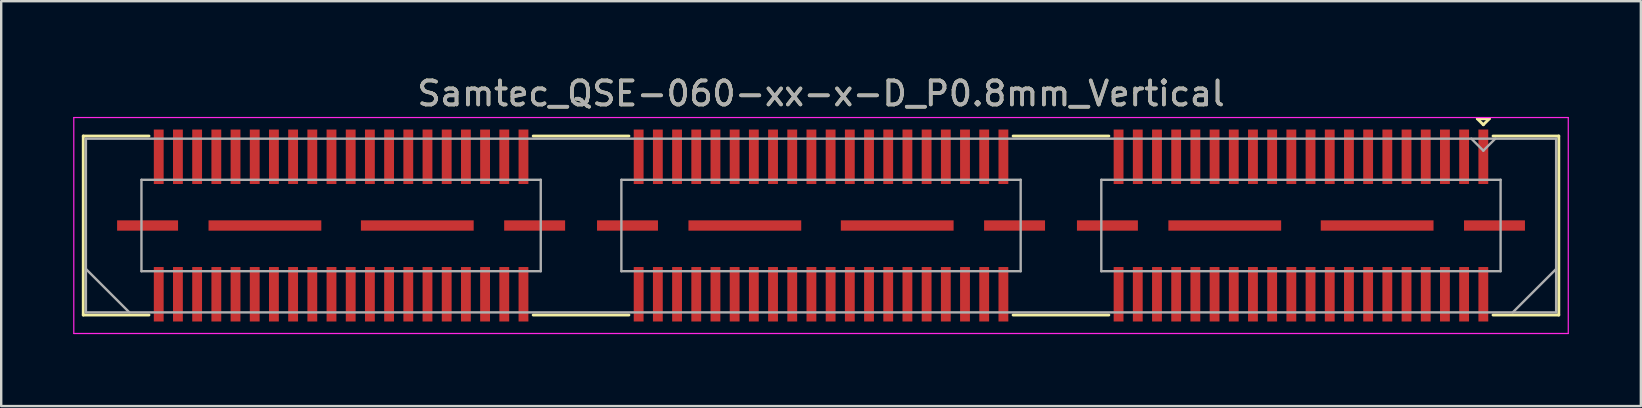
<source format=kicad_pcb>
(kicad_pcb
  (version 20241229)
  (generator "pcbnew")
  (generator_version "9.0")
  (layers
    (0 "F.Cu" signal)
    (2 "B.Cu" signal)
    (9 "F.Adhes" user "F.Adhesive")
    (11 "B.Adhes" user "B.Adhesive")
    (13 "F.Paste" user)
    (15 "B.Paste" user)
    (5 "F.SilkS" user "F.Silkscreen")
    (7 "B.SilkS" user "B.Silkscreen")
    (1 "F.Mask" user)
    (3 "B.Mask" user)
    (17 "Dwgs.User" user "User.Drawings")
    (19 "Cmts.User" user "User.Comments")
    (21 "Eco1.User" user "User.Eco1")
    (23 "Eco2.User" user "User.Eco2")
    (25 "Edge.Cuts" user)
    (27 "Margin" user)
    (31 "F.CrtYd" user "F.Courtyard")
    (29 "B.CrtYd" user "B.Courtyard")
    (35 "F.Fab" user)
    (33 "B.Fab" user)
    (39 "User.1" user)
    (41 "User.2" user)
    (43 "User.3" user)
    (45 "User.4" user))
  (footprint "Samtec_QSE-060-xx-x-D_P0.8mm_Vertical"
    (layer "F.Cu")
    (at 31.165 6.348)
    (property "Reference" "Samtec_QSE-060-xx-x-D_P0.8mm_Vertical" (at 0 -5.5 0) (layer "F.SilkS") (effects (font (size 1 1) (thickness 0.15))))
    (attr smd)
    (fp_line (start -30.745 -3.73) (end -28.005 -3.73) (stroke (width 0.12) (type solid)) (layer "F.SilkS"))
    (fp_line (start -30.745 3.73) (end -30.745 -3.73) (stroke (width 0.12) (type solid)) (layer "F.SilkS"))
    (fp_line (start -28.005 3.73) (end -30.745 3.73) (stroke (width 0.12) (type solid)) (layer "F.SilkS"))
    (fp_line (start -8.005 -3.73) (end -11.995 -3.73) (stroke (width 0.12) (type solid)) (layer "F.SilkS"))
    (fp_line (start -8.005 3.73) (end -11.995 3.73) (stroke (width 0.12) (type solid)) (layer "F.SilkS"))
    (fp_line (start 11.995 -3.73) (end 8.005 -3.73) (stroke (width 0.12) (type solid)) (layer "F.SilkS"))
    (fp_line (start 11.995 3.73) (end 8.005 3.73) (stroke (width 0.12) (type solid)) (layer "F.SilkS"))
    (fp_line (start 27.35 -4.45) (end 27.85 -4.45) (stroke (width 0.12) (type solid)) (layer "F.SilkS"))
    (fp_line (start 27.6 -4.2) (end 27.35 -4.45) (stroke (width 0.12) (type solid)) (layer "F.SilkS"))
    (fp_line (start 27.85 -4.45) (end 27.6 -4.2) (stroke (width 0.12) (type solid)) (layer "F.SilkS"))
    (fp_line (start 28.005 3.73) (end 30.745 3.73) (stroke (width 0.12) (type solid)) (layer "F.SilkS"))
    (fp_line (start 30.745 -3.73) (end 28.005 -3.73) (stroke (width 0.12) (type solid)) (layer "F.SilkS"))
    (fp_line (start 30.745 3.73) (end 30.745 -3.73) (stroke (width 0.12) (type solid)) (layer "F.SilkS"))
    (fp_line (start -31.14 -4.5) (end -31.14 4.5) (stroke (width 0.05) (type solid)) (layer "F.CrtYd"))
    (fp_line (start -31.14 4.5) (end 31.14 4.5) (stroke (width 0.05) (type solid)) (layer "F.CrtYd"))
    (fp_line (start 31.14 -4.5) (end -31.14 -4.5) (stroke (width 0.05) (type solid)) (layer "F.CrtYd"))
    (fp_line (start 31.14 4.5) (end 31.14 -4.5) (stroke (width 0.05) (type solid)) (layer "F.CrtYd"))
    (fp_line (start -30.635 -3.62) (end -30.635 3.62) (stroke (width 0.1) (type solid)) (layer "F.Fab"))
    (fp_line (start -30.635 1.81) (end -28.825 3.62) (stroke (width 0.1) (type solid)) (layer "F.Fab"))
    (fp_line (start -30.635 3.62) (end 30.635 3.62) (stroke (width 0.1) (type solid)) (layer "F.Fab"))
    (fp_line (start -28.32 -1.905) (end -28.32 1.905) (stroke (width 0.1) (type solid)) (layer "F.Fab"))
    (fp_line (start -28.32 1.905) (end -11.68 1.905) (stroke (width 0.1) (type solid)) (layer "F.Fab"))
    (fp_line (start -11.68 -1.905) (end -28.32 -1.905) (stroke (width 0.1) (type solid)) (layer "F.Fab"))
    (fp_line (start -11.68 1.905) (end -11.68 -1.905) (stroke (width 0.1) (type solid)) (layer "F.Fab"))
    (fp_line (start -8.32 -1.905) (end -8.32 1.905) (stroke (width 0.1) (type solid)) (layer "F.Fab"))
    (fp_line (start -8.32 1.905) (end 8.32 1.905) (stroke (width 0.1) (type solid)) (layer "F.Fab"))
    (fp_line (start 8.32 -1.905) (end -8.32 -1.905) (stroke (width 0.1) (type solid)) (layer "F.Fab"))
    (fp_line (start 8.32 1.905) (end 8.32 -1.905) (stroke (width 0.1) (type solid)) (layer "F.Fab"))
    (fp_line (start 11.68 -1.905) (end 11.68 1.905) (stroke (width 0.1) (type solid)) (layer "F.Fab"))
    (fp_line (start 11.68 1.905) (end 28.32 1.905) (stroke (width 0.1) (type solid)) (layer "F.Fab"))
    (fp_line (start 27.6 -3.12) (end 27.1 -3.62) (stroke (width 0.1) (type solid)) (layer "F.Fab"))
    (fp_line (start 28.1 -3.62) (end 27.6 -3.12) (stroke (width 0.1) (type solid)) (layer "F.Fab"))
    (fp_line (start 28.32 -1.905) (end 11.68 -1.905) (stroke (width 0.1) (type solid)) (layer "F.Fab"))
    (fp_line (start 28.32 1.905) (end 28.32 -1.905) (stroke (width 0.1) (type solid)) (layer "F.Fab"))
    (fp_line (start 30.635 -3.62) (end -30.635 -3.62) (stroke (width 0.1) (type solid)) (layer "F.Fab"))
    (fp_line (start 30.635 1.81) (end 28.825 3.62) (stroke (width 0.1) (type solid)) (layer "F.Fab"))
    (fp_line (start 30.635 3.62) (end 30.635 -3.62) (stroke (width 0.1) (type solid)) (layer "F.Fab"))
    (fp_text user "${REFERENCE}" (at 0 -5.5 0) (layer "F.Fab") (effects (font (size 1 1) (thickness 0.15))))
    (pad "1" smd rect (at 27.6 -2.865) (size 0.41 2.27) (layers "F.Cu" "F.Mask" "F.Paste"))
    (pad "2" smd rect (at 27.6 2.865) (size 0.41 2.27) (layers "F.Cu" "F.Mask" "F.Paste"))
    (pad "3" smd rect (at 26.8 -2.865) (size 0.41 2.27) (layers "F.Cu" "F.Mask" "F.Paste"))
    (pad "4" smd rect (at 26.8 2.865) (size 0.41 2.27) (layers "F.Cu" "F.Mask" "F.Paste"))
    (pad "5" smd rect (at 26 -2.865) (size 0.41 2.27) (layers "F.Cu" "F.Mask" "F.Paste"))
    (pad "6" smd rect (at 26 2.865) (size 0.41 2.27) (layers "F.Cu" "F.Mask" "F.Paste"))
    (pad "7" smd rect (at 25.2 -2.865) (size 0.41 2.27) (layers "F.Cu" "F.Mask" "F.Paste"))
    (pad "8" smd rect (at 25.2 2.865) (size 0.41 2.27) (layers "F.Cu" "F.Mask" "F.Paste"))
    (pad "9" smd rect (at 24.4 -2.865) (size 0.41 2.27) (layers "F.Cu" "F.Mask" "F.Paste"))
    (pad "10" smd rect (at 24.4 2.865) (size 0.41 2.27) (layers "F.Cu" "F.Mask" "F.Paste"))
    (pad "11" smd rect (at 23.6 -2.865) (size 0.41 2.27) (layers "F.Cu" "F.Mask" "F.Paste"))
    (pad "12" smd rect (at 23.6 2.865) (size 0.41 2.27) (layers "F.Cu" "F.Mask" "F.Paste"))
    (pad "13" smd rect (at 22.8 -2.865) (size 0.41 2.27) (layers "F.Cu" "F.Mask" "F.Paste"))
    (pad "14" smd rect (at 22.8 2.865) (size 0.41 2.27) (layers "F.Cu" "F.Mask" "F.Paste"))
    (pad "15" smd rect (at 22 -2.865) (size 0.41 2.27) (layers "F.Cu" "F.Mask" "F.Paste"))
    (pad "16" smd rect (at 22 2.865) (size 0.41 2.27) (layers "F.Cu" "F.Mask" "F.Paste"))
    (pad "17" smd rect (at 21.2 -2.865) (size 0.41 2.27) (layers "F.Cu" "F.Mask" "F.Paste"))
    (pad "18" smd rect (at 21.2 2.865) (size 0.41 2.27) (layers "F.Cu" "F.Mask" "F.Paste"))
    (pad "19" smd rect (at 20.4 -2.865) (size 0.41 2.27) (layers "F.Cu" "F.Mask" "F.Paste"))
    (pad "20" smd rect (at 20.4 2.865) (size 0.41 2.27) (layers "F.Cu" "F.Mask" "F.Paste"))
    (pad "21" smd rect (at 19.6 -2.865) (size 0.41 2.27) (layers "F.Cu" "F.Mask" "F.Paste"))
    (pad "22" smd rect (at 19.6 2.865) (size 0.41 2.27) (layers "F.Cu" "F.Mask" "F.Paste"))
    (pad "23" smd rect (at 18.8 -2.865) (size 0.41 2.27) (layers "F.Cu" "F.Mask" "F.Paste"))
    (pad "24" smd rect (at 18.8 2.865) (size 0.41 2.27) (layers "F.Cu" "F.Mask" "F.Paste"))
    (pad "25" smd rect (at 18 -2.865) (size 0.41 2.27) (layers "F.Cu" "F.Mask" "F.Paste"))
    (pad "26" smd rect (at 18 2.865) (size 0.41 2.27) (layers "F.Cu" "F.Mask" "F.Paste"))
    (pad "27" smd rect (at 17.2 -2.865) (size 0.41 2.27) (layers "F.Cu" "F.Mask" "F.Paste"))
    (pad "28" smd rect (at 17.2 2.865) (size 0.41 2.27) (layers "F.Cu" "F.Mask" "F.Paste"))
    (pad "29" smd rect (at 16.4 -2.865) (size 0.41 2.27) (layers "F.Cu" "F.Mask" "F.Paste"))
    (pad "30" smd rect (at 16.4 2.865) (size 0.41 2.27) (layers "F.Cu" "F.Mask" "F.Paste"))
    (pad "31" smd rect (at 15.6 -2.865) (size 0.41 2.27) (layers "F.Cu" "F.Mask" "F.Paste"))
    (pad "32" smd rect (at 15.6 2.865) (size 0.41 2.27) (layers "F.Cu" "F.Mask" "F.Paste"))
    (pad "33" smd rect (at 14.8 -2.865) (size 0.41 2.27) (layers "F.Cu" "F.Mask" "F.Paste"))
    (pad "34" smd rect (at 14.8 2.865) (size 0.41 2.27) (layers "F.Cu" "F.Mask" "F.Paste"))
    (pad "35" smd rect (at 14 -2.865) (size 0.41 2.27) (layers "F.Cu" "F.Mask" "F.Paste"))
    (pad "36" smd rect (at 14 2.865) (size 0.41 2.27) (layers "F.Cu" "F.Mask" "F.Paste"))
    (pad "37" smd rect (at 13.2 -2.865) (size 0.41 2.27) (layers "F.Cu" "F.Mask" "F.Paste"))
    (pad "38" smd rect (at 13.2 2.865) (size 0.41 2.27) (layers "F.Cu" "F.Mask" "F.Paste"))
    (pad "39" smd rect (at 12.4 -2.865) (size 0.41 2.27) (layers "F.Cu" "F.Mask" "F.Paste"))
    (pad "40" smd rect (at 12.4 2.865) (size 0.41 2.27) (layers "F.Cu" "F.Mask" "F.Paste"))
    (pad "41" smd rect (at 7.6 -2.865) (size 0.41 2.27) (layers "F.Cu" "F.Mask" "F.Paste"))
    (pad "42" smd rect (at 7.6 2.865) (size 0.41 2.27) (layers "F.Cu" "F.Mask" "F.Paste"))
    (pad "43" smd rect (at 6.8 -2.865) (size 0.41 2.27) (layers "F.Cu" "F.Mask" "F.Paste"))
    (pad "44" smd rect (at 6.8 2.865) (size 0.41 2.27) (layers "F.Cu" "F.Mask" "F.Paste"))
    (pad "45" smd rect (at 6 -2.865) (size 0.41 2.27) (layers "F.Cu" "F.Mask" "F.Paste"))
    (pad "46" smd rect (at 6 2.865) (size 0.41 2.27) (layers "F.Cu" "F.Mask" "F.Paste"))
    (pad "47" smd rect (at 5.2 -2.865) (size 0.41 2.27) (layers "F.Cu" "F.Mask" "F.Paste"))
    (pad "48" smd rect (at 5.2 2.865) (size 0.41 2.27) (layers "F.Cu" "F.Mask" "F.Paste"))
    (pad "49" smd rect (at 4.4 -2.865) (size 0.41 2.27) (layers "F.Cu" "F.Mask" "F.Paste"))
    (pad "50" smd rect (at 4.4 2.865) (size 0.41 2.27) (layers "F.Cu" "F.Mask" "F.Paste"))
    (pad "51" smd rect (at 3.6 -2.865) (size 0.41 2.27) (layers "F.Cu" "F.Mask" "F.Paste"))
    (pad "52" smd rect (at 3.6 2.865) (size 0.41 2.27) (layers "F.Cu" "F.Mask" "F.Paste"))
    (pad "53" smd rect (at 2.8 -2.865) (size 0.41 2.27) (layers "F.Cu" "F.Mask" "F.Paste"))
    (pad "54" smd rect (at 2.8 2.865) (size 0.41 2.27) (layers "F.Cu" "F.Mask" "F.Paste"))
    (pad "55" smd rect (at 2 -2.865) (size 0.41 2.27) (layers "F.Cu" "F.Mask" "F.Paste"))
    (pad "56" smd rect (at 2 2.865) (size 0.41 2.27) (layers "F.Cu" "F.Mask" "F.Paste"))
    (pad "57" smd rect (at 1.2 -2.865) (size 0.41 2.27) (layers "F.Cu" "F.Mask" "F.Paste"))
    (pad "58" smd rect (at 1.2 2.865) (size 0.41 2.27) (layers "F.Cu" "F.Mask" "F.Paste"))
    (pad "59" smd rect (at 0.4 -2.865) (size 0.41 2.27) (layers "F.Cu" "F.Mask" "F.Paste"))
    (pad "60" smd rect (at 0.4 2.865) (size 0.41 2.27) (layers "F.Cu" "F.Mask" "F.Paste"))
    (pad "61" smd rect (at -0.4 -2.865) (size 0.41 2.27) (layers "F.Cu" "F.Mask" "F.Paste"))
    (pad "62" smd rect (at -0.4 2.865) (size 0.41 2.27) (layers "F.Cu" "F.Mask" "F.Paste"))
    (pad "63" smd rect (at -1.2 -2.865) (size 0.41 2.27) (layers "F.Cu" "F.Mask" "F.Paste"))
    (pad "64" smd rect (at -1.2 2.865) (size 0.41 2.27) (layers "F.Cu" "F.Mask" "F.Paste"))
    (pad "65" smd rect (at -2 -2.865) (size 0.41 2.27) (layers "F.Cu" "F.Mask" "F.Paste"))
    (pad "66" smd rect (at -2 2.865) (size 0.41 2.27) (layers "F.Cu" "F.Mask" "F.Paste"))
    (pad "67" smd rect (at -2.8 -2.865) (size 0.41 2.27) (layers "F.Cu" "F.Mask" "F.Paste"))
    (pad "68" smd rect (at -2.8 2.865) (size 0.41 2.27) (layers "F.Cu" "F.Mask" "F.Paste"))
    (pad "69" smd rect (at -3.6 -2.865) (size 0.41 2.27) (layers "F.Cu" "F.Mask" "F.Paste"))
    (pad "70" smd rect (at -3.6 2.865) (size 0.41 2.27) (layers "F.Cu" "F.Mask" "F.Paste"))
    (pad "71" smd rect (at -4.4 -2.865) (size 0.41 2.27) (layers "F.Cu" "F.Mask" "F.Paste"))
    (pad "72" smd rect (at -4.4 2.865) (size 0.41 2.27) (layers "F.Cu" "F.Mask" "F.Paste"))
    (pad "73" smd rect (at -5.2 -2.865) (size 0.41 2.27) (layers "F.Cu" "F.Mask" "F.Paste"))
    (pad "74" smd rect (at -5.2 2.865) (size 0.41 2.27) (layers "F.Cu" "F.Mask" "F.Paste"))
    (pad "75" smd rect (at -6 -2.865) (size 0.41 2.27) (layers "F.Cu" "F.Mask" "F.Paste"))
    (pad "76" smd rect (at -6 2.865) (size 0.41 2.27) (layers "F.Cu" "F.Mask" "F.Paste"))
    (pad "77" smd rect (at -6.8 -2.865) (size 0.41 2.27) (layers "F.Cu" "F.Mask" "F.Paste"))
    (pad "78" smd rect (at -6.8 2.865) (size 0.41 2.27) (layers "F.Cu" "F.Mask" "F.Paste"))
    (pad "79" smd rect (at -7.6 -2.865) (size 0.41 2.27) (layers "F.Cu" "F.Mask" "F.Paste"))
    (pad "80" smd rect (at -7.6 2.865) (size 0.41 2.27) (layers "F.Cu" "F.Mask" "F.Paste"))
    (pad "81" smd rect (at -12.4 -2.865) (size 0.41 2.27) (layers "F.Cu" "F.Mask" "F.Paste"))
    (pad "82" smd rect (at -12.4 2.865) (size 0.41 2.27) (layers "F.Cu" "F.Mask" "F.Paste"))
    (pad "83" smd rect (at -13.2 -2.865) (size 0.41 2.27) (layers "F.Cu" "F.Mask" "F.Paste"))
    (pad "84" smd rect (at -13.2 2.865) (size 0.41 2.27) (layers "F.Cu" "F.Mask" "F.Paste"))
    (pad "85" smd rect (at -14 -2.865) (size 0.41 2.27) (layers "F.Cu" "F.Mask" "F.Paste"))
    (pad "86" smd rect (at -14 2.865) (size 0.41 2.27) (layers "F.Cu" "F.Mask" "F.Paste"))
    (pad "87" smd rect (at -14.8 -2.865) (size 0.41 2.27) (layers "F.Cu" "F.Mask" "F.Paste"))
    (pad "88" smd rect (at -14.8 2.865) (size 0.41 2.27) (layers "F.Cu" "F.Mask" "F.Paste"))
    (pad "89" smd rect (at -15.6 -2.865) (size 0.41 2.27) (layers "F.Cu" "F.Mask" "F.Paste"))
    (pad "90" smd rect (at -15.6 2.865) (size 0.41 2.27) (layers "F.Cu" "F.Mask" "F.Paste"))
    (pad "91" smd rect (at -16.4 -2.865) (size 0.41 2.27) (layers "F.Cu" "F.Mask" "F.Paste"))
    (pad "92" smd rect (at -16.4 2.865) (size 0.41 2.27) (layers "F.Cu" "F.Mask" "F.Paste"))
    (pad "93" smd rect (at -17.2 -2.865) (size 0.41 2.27) (layers "F.Cu" "F.Mask" "F.Paste"))
    (pad "94" smd rect (at -17.2 2.865) (size 0.41 2.27) (layers "F.Cu" "F.Mask" "F.Paste"))
    (pad "95" smd rect (at -18 -2.865) (size 0.41 2.27) (layers "F.Cu" "F.Mask" "F.Paste"))
    (pad "96" smd rect (at -18 2.865) (size 0.41 2.27) (layers "F.Cu" "F.Mask" "F.Paste"))
    (pad "97" smd rect (at -18.8 -2.865) (size 0.41 2.27) (layers "F.Cu" "F.Mask" "F.Paste"))
    (pad "98" smd rect (at -18.8 2.865) (size 0.41 2.27) (layers "F.Cu" "F.Mask" "F.Paste"))
    (pad "99" smd rect (at -19.6 -2.865) (size 0.41 2.27) (layers "F.Cu" "F.Mask" "F.Paste"))
    (pad "100" smd rect (at -19.6 2.865) (size 0.41 2.27) (layers "F.Cu" "F.Mask" "F.Paste"))
    (pad "101" smd rect (at -20.4 -2.865) (size 0.41 2.27) (layers "F.Cu" "F.Mask" "F.Paste"))
    (pad "102" smd rect (at -20.4 2.865) (size 0.41 2.27) (layers "F.Cu" "F.Mask" "F.Paste"))
    (pad "103" smd rect (at -21.2 -2.865) (size 0.41 2.27) (layers "F.Cu" "F.Mask" "F.Paste"))
    (pad "104" smd rect (at -21.2 2.865) (size 0.41 2.27) (layers "F.Cu" "F.Mask" "F.Paste"))
    (pad "105" smd rect (at -22 -2.865) (size 0.41 2.27) (layers "F.Cu" "F.Mask" "F.Paste"))
    (pad "106" smd rect (at -22 2.865) (size 0.41 2.27) (layers "F.Cu" "F.Mask" "F.Paste"))
    (pad "107" smd rect (at -22.8 -2.865) (size 0.41 2.27) (layers "F.Cu" "F.Mask" "F.Paste"))
    (pad "108" smd rect (at -22.8 2.865) (size 0.41 2.27) (layers "F.Cu" "F.Mask" "F.Paste"))
    (pad "109" smd rect (at -23.6 -2.865) (size 0.41 2.27) (layers "F.Cu" "F.Mask" "F.Paste"))
    (pad "110" smd rect (at -23.6 2.865) (size 0.41 2.27) (layers "F.Cu" "F.Mask" "F.Paste"))
    (pad "111" smd rect (at -24.4 -2.865) (size 0.41 2.27) (layers "F.Cu" "F.Mask" "F.Paste"))
    (pad "112" smd rect (at -24.4 2.865) (size 0.41 2.27) (layers "F.Cu" "F.Mask" "F.Paste"))
    (pad "113" smd rect (at -25.2 -2.865) (size 0.41 2.27) (layers "F.Cu" "F.Mask" "F.Paste"))
    (pad "114" smd rect (at -25.2 2.865) (size 0.41 2.27) (layers "F.Cu" "F.Mask" "F.Paste"))
    (pad "115" smd rect (at -26 -2.865) (size 0.41 2.27) (layers "F.Cu" "F.Mask" "F.Paste"))
    (pad "116" smd rect (at -26 2.865) (size 0.41 2.27) (layers "F.Cu" "F.Mask" "F.Paste"))
    (pad "117" smd rect (at -26.8 -2.865) (size 0.41 2.27) (layers "F.Cu" "F.Mask" "F.Paste"))
    (pad "118" smd rect (at -26.8 2.865) (size 0.41 2.27) (layers "F.Cu" "F.Mask" "F.Paste"))
    (pad "119" smd rect (at -27.6 -2.865) (size 0.41 2.27) (layers "F.Cu" "F.Mask" "F.Paste"))
    (pad "120" smd rect (at -27.6 2.865) (size 0.41 2.27) (layers "F.Cu" "F.Mask" "F.Paste"))
    (pad "P1" smd rect (at 11.935 0) (size 2.54 0.43) (layers "F.Cu" "F.Mask" "F.Paste"))
    (pad "P1" smd rect (at 16.825 0) (size 4.7 0.43) (layers "F.Cu" "F.Mask" "F.Paste"))
    (pad "P1" smd rect (at 23.175 0) (size 4.7 0.43) (layers "F.Cu" "F.Mask" "F.Paste"))
    (pad "P1" smd rect (at 28.065 0) (size 2.54 0.43) (layers "F.Cu" "F.Mask" "F.Paste"))
    (pad "P2" smd rect (at -8.065 0) (size 2.54 0.43) (layers "F.Cu" "F.Mask" "F.Paste"))
    (pad "P2" smd rect (at -3.175 0) (size 4.7 0.43) (layers "F.Cu" "F.Mask" "F.Paste"))
    (pad "P2" smd rect (at 3.175 0) (size 4.7 0.43) (layers "F.Cu" "F.Mask" "F.Paste"))
    (pad "P2" smd rect (at 8.065 0) (size 2.54 0.43) (layers "F.Cu" "F.Mask" "F.Paste"))
    (pad "P3" smd rect (at -28.065 0) (size 2.54 0.43) (layers "F.Cu" "F.Mask" "F.Paste"))
    (pad "P3" smd rect (at -23.175 0) (size 4.7 0.43) (layers "F.Cu" "F.Mask" "F.Paste"))
    (pad "P3" smd rect (at -16.825 0) (size 4.7 0.43) (layers "F.Cu" "F.Mask" "F.Paste"))
    (pad "P3" smd rect (at -11.935 0) (size 2.54 0.43) (layers "F.Cu" "F.Mask" "F.Paste")))
  (gr_rect
    (start -3 -3)
    (end 65.33 13.873)
    (stroke (width 0.1) (type default))
    (fill no)
    (layer "Edge.Cuts")))
</source>
